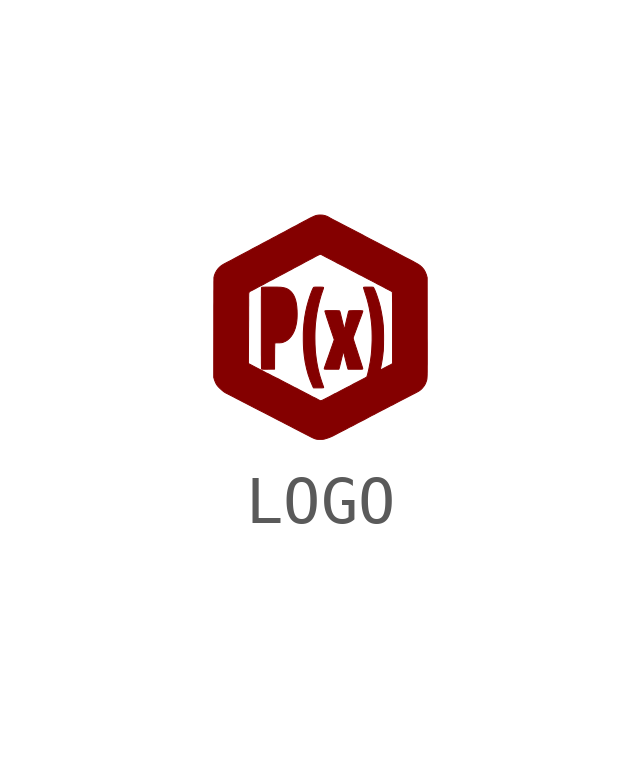
<source format=kicad_sym>
(kicad_symbol_lib
  (version 20220914)
  (generator "bitmap2component")
  (generator_version "8.0")
  (symbol "LOGO"
    (pin_names
      (offset 1.016))
    (property "Reference" "#G"
      (at 0 1.865 0)
      (effects (font (size 1.27 1.27)) hide))
    (symbol "LOGO_0_0"
      (polyline (pts (xy 0.000100 -2.31) (xy 0.02 -2.309) (xy 0.037 -2.307) (xy 0.053 -2.304) (xy 0.072 -2.298) (xy 0.083 -2.295) (xy 0.137 -2.278) (xy 0.186 -2.259) (xy 0.233 -2.238) (xy 0.28 -2.213) (xy 0.298 -2.204) (xy 0.322 -2.191) (xy 0.35 -2.176) (xy 0.383 -2.159) (xy 0.422 -2.139) (xy 0.468 -2.116) (xy 0.475 -2.112) (xy 0.499 -2.1) (xy 0.523 -2.087) (xy 0.543 -2.076) (xy 0.557 -2.068) (xy 0.57 -2.061) (xy 0.591 -2.05) (xy 0.61 -2.042) (xy 0.614 -2.04) (xy 0.632 -2.031) (xy 0.653 -2.021) (xy 0.674 -2.009) (xy 0.679 -2.006) (xy 0.703 -1.993) (xy 0.729 -1.979) (xy 0.752 -1.966) (xy 0.8 -1.942) (xy 0.848 -1.918) (xy 0.89 -1.897) (xy 0.926 -1.877) (xy 0.958 -1.86) (xy 0.986 -1.844) (xy 0.992 -1.841) (xy 1.014 -1.829) (xy 1.036 -1.817) (xy 1.053 -1.808) (xy 1.065 -1.803) (xy 1.075 -1.798) (xy 1.093 -1.79) (xy 1.111 -1.78) (xy 1.123 -1.773) (xy 1.139 -1.764) (xy 1.161 -1.753) (xy 1.188 -1.738) (xy 1.222 -1.721) (xy 1.262 -1.7) (xy 1.31 -1.676) (xy 1.316 -1.673) (xy 1.342 -1.659) (xy 1.367 -1.646) (xy 1.389 -1.635) (xy 1.405 -1.625) (xy 1.407 -1.625) (xy 1.425 -1.615) (xy 1.444 -1.605) (xy 1.458 -1.599) (xy 1.463 -1.597) (xy 1.481 -1.589) (xy 1.496 -1.581) (xy 1.497 -1.58) (xy 1.509 -1.573) (xy 1.528 -1.563) (xy 1.554 -1.549) (xy 1.586 -1.532) (xy 1.622 -1.513) (xy 1.663 -1.492) (xy 1.706 -1.47) (xy 1.71 -1.468) (xy 1.739 -1.453) (xy 1.77 -1.437) (xy 1.801 -1.421) (xy 1.827 -1.407) (xy 1.834 -1.404) (xy 1.86 -1.39) (xy 1.891 -1.374) (xy 1.923 -1.358) (xy 1.952 -1.343) (xy 1.984 -1.326) (xy 2.015 -1.309) (xy 2.041 -1.292) (xy 2.062 -1.276) (xy 2.081 -1.259) (xy 2.099 -1.24) (xy 2.107 -1.23) (xy 2.14 -1.188) (xy 2.164 -1.145) (xy 2.18 -1.101) (xy 2.182 -1.097) (xy 2.184 -1.089) (xy 2.186 -1.083) (xy 2.188 -1.076) (xy 2.19 -1.069) (xy 2.191 -1.062) (xy 2.193 -1.053) (xy 2.194 -1.043) (xy 2.195 -1.032) (xy 2.196 -1.018) (xy 2.197 -1.002) (xy 2.198 -0.983) (xy 2.199 -0.96) (xy 2.199 -0.934) (xy 2.2 -0.904) (xy 2.2 -0.87) (xy 2.2 -0.831) (xy 2.2 -0.786) (xy 2.201 -0.737) (xy 2.201 -0.681) (xy 2.201 -0.619) (xy 2.201 -0.551) (xy 2.201 -0.475) (xy 2.201 -0.392) (xy 2.201 -0.301) (xy 2.2 -0.203) (xy 2.2 -0.095) (xy 2.2 0.021) (xy 2.199 1.062) (xy 2.187 1.106) (xy 2.181 1.127) (xy 2.158 1.183) (xy 2.129 1.234) (xy 2.091 1.279) (xy 2.047 1.318) (xy 1.996 1.351) (xy 1.992 1.353) (xy 1.974 1.363) (xy 1.953 1.374) (xy 1.933 1.386) (xy 1.927 1.389) (xy 1.907 1.401) (xy 1.882 1.414) (xy 1.855 1.428) (xy 1.829 1.442) (xy 1.795 1.459) (xy 1.747 1.483) (xy 1.707 1.504) (xy 1.675 1.521) (xy 1.651 1.534) (xy 1.634 1.543) (xy 1.631 1.544) (xy 1.617 1.552) (xy 1.597 1.563) (xy 1.571 1.577) (xy 1.54 1.593) (xy 1.506 1.611) (xy 1.471 1.63) (xy 1.434 1.649) (xy 1.398 1.667) (xy 1.364 1.685) (xy 1.354 1.69) (xy 1.324 1.705) (xy 1.294 1.721) (xy 1.266 1.736) (xy 1.243 1.748) (xy 1.239 1.75) (xy 1.214 1.763) (xy 1.185 1.778) (xy 1.155 1.794) (xy 1.127 1.808) (xy 1.092 1.826) (xy 1.042 1.852) (xy 1 1.873) (xy 0.965 1.892) (xy 0.936 1.907) (xy 0.913 1.919) (xy 0.895 1.929) (xy 0.882 1.936) (xy 0.873 1.941) (xy 0.868 1.945) (xy 0.862 1.948) (xy 0.848 1.956) (xy 0.826 1.967) (xy 0.797 1.983) (xy 0.761 2.001) (xy 0.718 2.023) (xy 0.669 2.049) (xy 0.626 2.071) (xy 0.578 2.096) (xy 0.536 2.117) (xy 0.5 2.136) (xy 0.467 2.153) (xy 0.438 2.168) (xy 0.41 2.183) (xy 0.407 2.184) (xy 0.379 2.199) (xy 0.347 2.216) (xy 0.314 2.233) (xy 0.285 2.248) (xy 0.277 2.251) (xy 0.251 2.265) (xy 0.224 2.279) (xy 0.201 2.292) (xy 0.183 2.302) (xy 0.176 2.305) (xy 0.158 2.316) (xy 0.141 2.326) (xy 0.13 2.332) (xy 0.112 2.341) (xy 0.07 2.356) (xy 0.024 2.366) (xy -0.025 2.369) (xy -0.073 2.367) (xy -0.118 2.359) (xy -0.132 2.354) (xy -0.158 2.344) (xy -0.188 2.33) (xy -0.223 2.314) (xy -0.262 2.294) (xy -0.302 2.272) (xy -0.324 2.26) (xy -0.354 2.245) (xy -0.385 2.229) (xy -0.412 2.214) (xy -0.418 2.211) (xy -0.439 2.2) (xy -0.456 2.191) (xy -0.469 2.184) (xy -0.474 2.181) (xy -0.478 2.179) (xy -0.49 2.171) (xy -0.509 2.161) (xy -0.532 2.148) (xy -0.56 2.134) (xy -0.59 2.119) (xy -0.612 2.108) (xy -0.64 2.093) (xy -0.667 2.078) (xy -0.69 2.066) (xy -0.702 2.059) (xy -0.731 2.043) (xy -0.764 2.024) (xy -0.801 2.005) (xy -0.838 1.986) (xy -0.873 1.968) (xy -0.881 1.964) (xy -0.898 1.955) (xy -0.913 1.946) (xy -0.915 1.945) (xy -0.927 1.938) (xy -0.945 1.928) (xy -0.967 1.917) (xy -0.99 1.905) (xy -0.995 1.903) (xy -1.018 1.891) (xy -1.04 1.879) (xy -1.058 1.869) (xy -1.069 1.863) (xy -1.077 1.858) (xy -1.093 1.849) (xy -1.115 1.838) (xy -1.139 1.826) (xy -1.164 1.812) (xy -1.182 1.803) (xy -1.209 1.789) (xy -1.236 1.775) (xy -1.259 1.762) (xy -1.276 1.753) (xy -1.277 1.752) (xy -1.296 1.741) (xy -1.321 1.728) (xy -1.347 1.714) (xy -1.373 1.702) (xy -1.381 1.697) (xy -1.407 1.684) (xy -1.428 1.673) (xy -1.447 1.663) (xy -1.467 1.652) (xy -1.491 1.638) (xy -1.492 1.637) (xy -1.504 1.631) (xy -1.521 1.621) (xy -1.542 1.61) (xy -1.565 1.598) (xy -1.567 1.597) (xy -1.591 1.585) (xy -1.616 1.571) (xy -1.638 1.56) (xy -1.655 1.551) (xy -1.66 1.548) (xy -1.678 1.539) (xy -1.702 1.526) (xy -1.727 1.513) (xy -1.752 1.499) (xy -1.764 1.493) (xy -1.787 1.481) (xy -1.808 1.469) (xy -1.825 1.46) (xy -1.836 1.454) (xy -1.841 1.451) (xy -1.856 1.443) (xy -1.876 1.432) (xy -1.899 1.42) (xy -1.924 1.407) (xy -1.964 1.387) (xy -2 1.368) (xy -2.03 1.352) (xy -2.055 1.338) (xy -2.075 1.325) (xy -2.092 1.314) (xy -2.106 1.303) (xy -2.119 1.292) (xy -2.132 1.28) (xy -2.145 1.267) (xy -2.164 1.246) (xy -2.194 1.204) (xy -2.219 1.158) (xy -2.237 1.111) (xy -2.248 1.064) (xy -2.248 1.063) (xy -2.248 1.054) (xy -2.248 1.036) (xy -2.248 1.01) (xy -2.249 0.976) (xy -2.249 0.935) (xy -2.249 0.886) (xy -2.249 0.831) (xy -2.25 0.77) (xy -2.25 0.704) (xy -2.25 0.631) (xy -2.25 0.554) (xy -2.251 0.473) (xy -2.251 0.387) (xy -2.251 0.298) (xy -2.251 0.206) (xy -2.251 0.111) (xy -2.251 0.014) (xy -2.252 -0.73) (xy -1.529 -0.73) (xy -1.526 -0.185) (xy -1.526 -0.18) (xy -1.526 -0.105) (xy -1.526 -0.029) (xy -1.525 0.046) (xy -1.525 0.12) (xy -1.524 0.191) (xy -1.524 0.26) (xy -1.524 0.324) (xy -1.524 0.384) (xy -1.524 0.438) (xy -1.523 0.485) (xy -1.523 0.525) (xy -1.523 0.556) (xy -1.523 0.603) (xy -1.524 0.644) (xy -1.523 0.677) (xy -1.523 0.704) (xy -1.522 0.725) (xy -1.52 0.742) (xy -1.516 0.754) (xy -1.511 0.763) (xy -1.505 0.77) (xy -1.496 0.776) (xy -1.486 0.782) (xy -1.473 0.788) (xy -1.457 0.795) (xy -1.444 0.802) (xy -1.418 0.816) (xy -1.393 0.829) (xy -1.373 0.84) (xy -1.365 0.844) (xy -1.345 0.856) (xy -1.32 0.869) (xy -1.293 0.883) (xy -1.266 0.896) (xy -1.249 0.905) (xy -1.228 0.916) (xy -1.21 0.925) (xy -1.198 0.932) (xy -1.192 0.935) (xy -1.187 0.938) (xy -1.176 0.945) (xy -1.162 0.953) (xy -1.149 0.96) (xy -1.128 0.971) (xy -1.109 0.982) (xy -1.095 0.99) (xy -1.074 1) (xy -1.056 1.009) (xy -1.045 1.014) (xy -1.03 1.021) (xy -1.02 1.026) (xy -1.014 1.029) (xy -1 1.038) (xy -0.979 1.05) (xy -0.955 1.063) (xy -0.928 1.077) (xy -0.902 1.091) (xy -0.877 1.104) (xy -0.843 1.122) (xy -0.809 1.14) (xy -0.78 1.155) (xy -0.756 1.168) (xy -0.734 1.18) (xy -0.714 1.191) (xy -0.709 1.194) (xy -0.688 1.205) (xy -0.667 1.216) (xy -0.65 1.224) (xy -0.639 1.23) (xy -0.623 1.238) (xy -0.612 1.245) (xy -0.611 1.246) (xy -0.602 1.251) (xy -0.587 1.26) (xy -0.566 1.271) (xy -0.542 1.283) (xy -0.516 1.297) (xy -0.49 1.31) (xy -0.46 1.326) (xy -0.431 1.341) (xy -0.406 1.355) (xy -0.387 1.366) (xy -0.386 1.366) (xy -0.367 1.377) (xy -0.342 1.391) (xy -0.313 1.406) (xy -0.282 1.422) (xy -0.252 1.438) (xy -0.244 1.442) (xy -0.218 1.455) (xy -0.195 1.467) (xy -0.176 1.477) (xy -0.163 1.485) (xy -0.157 1.488) (xy -0.156 1.489) (xy -0.148 1.494) (xy -0.133 1.502) (xy -0.114 1.512) (xy -0.093 1.523) (xy -0.067 1.535) (xy -0.046 1.544) (xy -0.032 1.549) (xy -0.023 1.549) (xy -0.023 1.549) (xy -0.013 1.546) (xy 0.002 1.539) (xy 0.019 1.53) (xy 0.02 1.529) (xy 0.033 1.522) (xy 0.053 1.512) (xy 0.078 1.498) (xy 0.107 1.483) (xy 0.139 1.467) (xy 0.171 1.45) (xy 0.181 1.446) (xy 0.211 1.43) (xy 0.239 1.415) (xy 0.263 1.403) (xy 0.282 1.393) (xy 0.295 1.385) (xy 0.301 1.382) (xy 0.302 1.381) (xy 0.31 1.376) (xy 0.325 1.368) (xy 0.344 1.359) (xy 0.366 1.348) (xy 0.369 1.346) (xy 0.438 1.312) (xy 0.513 1.273) (xy 0.59 1.231) (xy 0.614 1.218) (xy 0.641 1.204) (xy 0.668 1.19) (xy 0.69 1.179) (xy 0.701 1.173) (xy 0.723 1.161) (xy 0.744 1.15) (xy 0.759 1.141) (xy 0.771 1.135) (xy 0.791 1.124) (xy 0.808 1.117) (xy 0.823 1.11) (xy 0.842 1.101) (xy 0.861 1.09) (xy 0.862 1.09) (xy 0.874 1.083) (xy 0.893 1.073) (xy 0.918 1.06) (xy 0.946 1.045) (xy 0.977 1.029) (xy 1.009 1.013) (xy 1.014 1.01) (xy 1.045 0.995) (xy 1.073 0.98) (xy 1.098 0.967) (xy 1.118 0.956) (xy 1.132 0.949) (xy 1.139 0.944) (xy 1.141 0.943) (xy 1.151 0.937) (xy 1.168 0.928) (xy 1.188 0.918) (xy 1.211 0.907) (xy 1.228 0.898) (xy 1.258 0.883) (xy 1.284 0.869) (xy 1.306 0.857) (xy 1.322 0.848) (xy 1.331 0.842) (xy 1.333 0.841) (xy 1.342 0.837) (xy 1.357 0.829) (xy 1.376 0.819) (xy 1.398 0.808) (xy 1.408 0.803) (xy 1.43 0.792) (xy 1.448 0.782) (xy 1.462 0.774) (xy 1.469 0.77) (xy 1.47 0.769) (xy 1.471 0.767) (xy 1.472 0.764) (xy 1.472 0.759) (xy 1.473 0.752) (xy 1.474 0.743) (xy 1.474 0.731) (xy 1.475 0.715) (xy 1.475 0.696) (xy 1.476 0.672) (xy 1.476 0.644) (xy 1.476 0.611) (xy 1.476 0.572) (xy 1.477 0.528) (xy 1.477 0.477) (xy 1.477 0.42) (xy 1.477 0.355) (xy 1.477 0.283) (xy 1.477 0.203) (xy 1.477 0.114) (xy 1.477 0.017) (xy 1.477 -0.729) (xy 1.457 -0.742) (xy 1.445 -0.749) (xy 1.426 -0.759) (xy 1.407 -0.768) (xy 1.391 -0.776) (xy 1.371 -0.786) (xy 1.354 -0.795) (xy 1.343 -0.801) (xy 1.324 -0.811) (xy 1.302 -0.822) (xy 1.28 -0.834) (xy 1.279 -0.835) (xy 1.259 -0.845) (xy 1.243 -0.853) (xy 1.231 -0.859) (xy 1.226 -0.861) (xy 1.224 -0.86) (xy 1.223 -0.854) (xy 1.224 -0.842) (xy 1.228 -0.823) (xy 1.234 -0.796) (xy 1.24 -0.765) (xy 1.248 -0.725) (xy 1.255 -0.683) (xy 1.262 -0.639) (xy 1.268 -0.598) (xy 1.273 -0.563) (xy 1.274 -0.554) (xy 1.277 -0.525) (xy 1.28 -0.495) (xy 1.284 -0.468) (xy 1.285 -0.457) (xy 1.286 -0.433) (xy 1.287 -0.403) (xy 1.288 -0.366) (xy 1.289 -0.325) (xy 1.289 -0.28) (xy 1.29 -0.234) (xy 1.29 -0.186) (xy 1.29 -0.139) (xy 1.289 -0.093) (xy 1.288 -0.05) (xy 1.288 -0.011) (xy 1.286 0.022) (xy 1.285 0.048) (xy 1.284 0.067) (xy 1.282 0.079) (xy 1.279 0.108) (xy 1.276 0.137) (xy 1.273 0.162) (xy 1.272 0.171) (xy 1.264 0.227) (xy 1.254 0.287) (xy 1.243 0.349) (xy 1.23 0.41) (xy 1.218 0.466) (xy 1.217 0.469) (xy 1.206 0.511) (xy 1.194 0.556) (xy 1.18 0.6) (xy 1.166 0.644) (xy 1.152 0.686) (xy 1.138 0.726) (xy 1.124 0.763) (xy 1.111 0.795) (xy 1.099 0.822) (xy 1.088 0.843) (xy 1.079 0.857) (xy 1.073 0.863) (xy 1.072 0.863) (xy 1.063 0.864) (xy 1.047 0.865) (xy 1.024 0.865) (xy 0.998 0.866) (xy 0.969 0.866) (xy 0.948 0.866) (xy 0.921 0.866) (xy 0.901 0.865) (xy 0.887 0.864) (xy 0.879 0.863) (xy 0.874 0.861) (xy 0.872 0.859) (xy 0.872 0.857) (xy 0.874 0.847) (xy 0.878 0.83) (xy 0.885 0.808) (xy 0.893 0.782) (xy 0.902 0.753) (xy 0.905 0.744) (xy 0.915 0.713) (xy 0.924 0.685) (xy 0.932 0.66) (xy 0.939 0.64) (xy 0.942 0.627) (xy 0.952 0.592) (xy 0.968 0.529) (xy 0.982 0.471) (xy 0.994 0.415) (xy 1.004 0.359) (xy 1.014 0.301) (xy 1.023 0.238) (xy 1.032 0.169) (xy 1.037 0.125) (xy 1.045 0.039) (xy 1.049 -0.054) (xy 1.051 -0.15) (xy 1.051 -0.248) (xy 1.047 -0.347) (xy 1.042 -0.443) (xy 1.034 -0.536) (xy 1.023 -0.623) (xy 1.022 -0.626) (xy 1.017 -0.661) (xy 1.011 -0.699) (xy 1.003 -0.739) (xy 0.995 -0.779) (xy 0.987 -0.82) (xy 0.979 -0.86) (xy 0.97 -0.897) (xy 0.962 -0.931) (xy 0.955 -0.96) (xy 0.948 -0.983) (xy 0.943 -1) (xy 0.939 -1.008) (xy 0.938 -1.009) (xy 0.931 -1.014) (xy 0.916 -1.022) (xy 0.894 -1.035) (xy 0.863 -1.051) (xy 0.825 -1.071) (xy 0.779 -1.095) (xy 0.725 -1.123) (xy 0.705 -1.133) (xy 0.68 -1.145) (xy 0.659 -1.157) (xy 0.642 -1.166) (xy 0.632 -1.172) (xy 0.628 -1.175) (xy 0.613 -1.183) (xy 0.594 -1.194) (xy 0.574 -1.204) (xy 0.568 -1.207) (xy 0.547 -1.217) (xy 0.527 -1.227) (xy 0.512 -1.235) (xy 0.511 -1.235) (xy 0.488 -1.247) (xy 0.46 -1.262) (xy 0.431 -1.277) (xy 0.402 -1.292) (xy 0.375 -1.307) (xy 0.351 -1.32) (xy 0.332 -1.33) (xy 0.319 -1.337) (xy 0.306 -1.344) (xy 0.294 -1.35) (xy 0.287 -1.352) (xy 0.286 -1.352) (xy 0.279 -1.355) (xy 0.266 -1.361) (xy 0.251 -1.37) (xy 0.241 -1.376) (xy 0.221 -1.386) (xy 0.196 -1.4) (xy 0.168 -1.415) (xy 0.137 -1.431) (xy 0.105 -1.447) (xy 0.074 -1.463) (xy 0.046 -1.477) (xy 0.022 -1.489) (xy 0.021 -1.49) (xy 0.004 -1.497) (xy -0.012 -1.502) (xy -0.022 -1.504) (xy -0.028 -1.503) (xy -0.042 -1.498) (xy -0.059 -1.489) (xy -0.079 -1.479) (xy -0.092 -1.471) (xy -0.112 -1.46) (xy -0.131 -1.45) (xy -0.143 -1.444) (xy -0.161 -1.436) (xy -0.181 -1.427) (xy -0.196 -1.42) (xy -0.206 -1.414) (xy -0.214 -1.41) (xy -0.222 -1.405) (xy -0.223 -1.405) (xy -0.232 -1.4) (xy -0.248 -1.391) (xy -0.27 -1.379) (xy -0.296 -1.366) (xy -0.325 -1.351) (xy -0.356 -1.335) (xy -0.358 -1.334) (xy -0.39 -1.317) (xy -0.421 -1.301) (xy -0.449 -1.287) (xy -0.472 -1.274) (xy -0.49 -1.264) (xy -0.502 -1.258) (xy -0.516 -1.25) (xy -0.533 -1.241) (xy -0.546 -1.236) (xy -0.548 -1.235) (xy -0.562 -1.229) (xy -0.58 -1.22) (xy -0.598 -1.21) (xy -0.609 -1.204) (xy -0.629 -1.194) (xy -0.654 -1.18) (xy -0.683 -1.165) (xy -0.714 -1.149) (xy -0.746 -1.133) (xy -0.775 -1.118) (xy -0.805 -1.102) (xy -0.832 -1.088) (xy -0.856 -1.075) (xy -0.874 -1.065) (xy -0.885 -1.059) (xy -0.899 -1.051) (xy -0.915 -1.043) (xy -0.927 -1.037) (xy -0.928 -1.037) (xy -0.945 -1.03) (xy -0.967 -1.019) (xy -0.993 -1.006) (xy -1.02 -0.993) (xy -1.047 -0.979) (xy -1.069 -0.966) (xy -1.077 -0.962) (xy -1.098 -0.951) (xy -1.117 -0.941) (xy -1.132 -0.935) (xy -1.145 -0.929) (xy -1.165 -0.92) (xy -1.183 -0.909) (xy -1.187 -0.907) (xy -1.203 -0.898) (xy -1.224 -0.887) (xy -1.248 -0.874) (xy -1.273 -0.861) (xy -1.278 -0.859) (xy -1.331 -0.832) (xy -1.377 -0.808) (xy -1.415 -0.788) (xy -1.445 -0.772) (xy -1.468 -0.76) (xy -1.468 -0.76) (xy -1.485 -0.75) (xy -1.502 -0.742) (xy -1.514 -0.736) (xy -1.529 -0.73) (xy -2.252 -0.73) (xy -2.252 -1.016) (xy -2.24 -1.058) (xy -2.229 -1.089) (xy -2.215 -1.124) (xy -2.199 -1.155) (xy -2.18 -1.184) (xy -2.156 -1.213) (xy -2.126 -1.243) (xy -2.09 -1.276) (xy -2.069 -1.294) (xy -2.046 -1.313) (xy -2.024 -1.328) (xy -2.001 -1.342) (xy -1.974 -1.355) (xy -1.969 -1.358) (xy -1.945 -1.37) (xy -1.914 -1.386) (xy -1.875 -1.406) (xy -1.828 -1.43) (xy -1.774 -1.459) (xy -1.711 -1.491) (xy -1.703 -1.495) (xy -1.639 -1.529) (xy -1.581 -1.558) (xy -1.53 -1.585) (xy -1.483 -1.609) (xy -1.441 -1.631) (xy -1.401 -1.652) (xy -1.363 -1.671) (xy -1.327 -1.69) (xy -1.289 -1.709) (xy -1.283 -1.712) (xy -1.198 -1.755) (xy -1.119 -1.796) (xy -1.047 -1.833) (xy -0.984 -1.866) (xy -0.983 -1.867) (xy -0.956 -1.881) (xy -0.925 -1.897) (xy -0.894 -1.913) (xy -0.866 -1.927) (xy -0.824 -1.948) (xy -0.77 -1.977) (xy -0.713 -2.006) (xy -0.658 -2.034) (xy -0.609 -2.06) (xy -0.602 -2.064) (xy -0.575 -2.078) (xy -0.544 -2.094) (xy -0.513 -2.11) (xy -0.484 -2.125) (xy -0.477 -2.128) (xy -0.446 -2.145) (xy -0.411 -2.163) (xy -0.377 -2.18) (xy -0.347 -2.196) (xy -0.327 -2.206) (xy -0.286 -2.227) (xy -0.253 -2.244) (xy -0.225 -2.259) (xy -0.202 -2.27) (xy -0.184 -2.279) (xy -0.169 -2.285) (xy -0.156 -2.291) (xy -0.145 -2.295) (xy -0.134 -2.299) (xy -0.131 -2.3) (xy -0.116 -2.304) (xy -0.101 -2.307) (xy -0.084 -2.309) (xy -0.063 -2.31) (xy -0.035 -2.31) (xy -0.026 -2.31) (xy 0.000100 -2.31)) (stroke (width 0.01) (type default)) (fill (type outline)))
      (polyline (pts (xy -0.026 -1.236) (xy -0.000300 -1.236) (xy 0.018 -1.235) (xy 0.03 -1.234) (xy 0.037 -1.232) (xy 0.04 -1.23) (xy 0.04 -1.227) (xy 0.038 -1.217) (xy 0.033 -1.201) (xy 0.026 -1.183) (xy 0.025 -1.18) (xy 0.017 -1.156) (xy 0.006 -1.127) (xy -0.004 -1.095) (xy -0.015 -1.062) (xy -0.025 -1.03) (xy -0.034 -1.003) (xy -0.04 -0.982) (xy -0.048 -0.954) (xy -0.064 -0.888) (xy -0.079 -0.826) (xy -0.091 -0.766) (xy -0.102 -0.705) (xy -0.112 -0.642) (xy -0.121 -0.573) (xy -0.13 -0.498) (xy -0.131 -0.483) (xy -0.133 -0.46) (xy -0.134 -0.431) (xy -0.136 -0.397) (xy -0.138 -0.362) (xy -0.14 -0.325) (xy -0.14 -0.316) (xy -0.141 -0.263) (xy -0.142 -0.207) (xy -0.142 -0.148) (xy -0.141 -0.09) (xy -0.139 -0.033) (xy -0.136 0.021) (xy -0.133 0.068) (xy -0.13 0.109) (xy -0.129 0.116) (xy -0.122 0.172) (xy -0.117 0.22) (xy -0.111 0.262) (xy -0.105 0.301) (xy -0.099 0.338) (xy -0.092 0.374) (xy -0.085 0.412) (xy -0.068 0.491) (xy -0.041 0.597) (xy -0.012 0.699) (xy 0.021 0.796) (xy 0.024 0.806) (xy 0.032 0.827) (xy 0.036 0.841) (xy 0.038 0.85) (xy 0.038 0.856) (xy 0.036 0.859) (xy 0.032 0.861) (xy 0.025 0.863) (xy 0.01 0.864) (xy -0.012 0.865) (xy -0.038 0.866) (xy -0.069 0.866) (xy -0.092 0.866) (xy -0.118 0.866) (xy -0.137 0.865) (xy -0.151 0.864) (xy -0.16 0.863) (xy -0.166 0.861) (xy -0.17 0.858) (xy -0.172 0.856) (xy -0.178 0.845) (xy -0.187 0.829) (xy -0.196 0.808) (xy -0.206 0.785) (xy -0.238 0.701) (xy -0.275 0.587) (xy -0.308 0.469) (xy -0.335 0.349) (xy -0.356 0.229) (xy -0.37 0.111) (xy -0.373 0.084) (xy -0.376 0.041) (xy -0.379 0.003) (xy -0.381 -0.033) (xy -0.383 -0.068) (xy -0.384 -0.106) (xy -0.384 -0.149) (xy -0.384 -0.199) (xy -0.384 -0.206) (xy -0.384 -0.258) (xy -0.383 -0.303) (xy -0.382 -0.344) (xy -0.38 -0.383) (xy -0.378 -0.423) (xy -0.374 -0.465) (xy -0.37 -0.512) (xy -0.364 -0.569) (xy -0.344 -0.704) (xy -0.316 -0.834) (xy -0.282 -0.959) (xy -0.24 -1.079) (xy -0.192 -1.193) (xy -0.172 -1.236) (xy -0.067 -1.236) (xy -0.059 -1.236) (xy -0.026 -1.236)) (stroke (width 0.01) (type default)) (fill (type outline)))
      (polyline (pts (xy -1.116 -0.846) (xy -0.984 -0.845) (xy -0.983 -0.577) (xy -0.983 -0.554) (xy -0.982 -0.494) (xy -0.982 -0.443) (xy -0.981 -0.4) (xy -0.98 -0.365) (xy -0.98 -0.339) (xy -0.979 -0.319) (xy -0.978 -0.307) (xy -0.976 -0.303) (xy -0.975 -0.301) (xy -0.968 -0.299) (xy -0.955 -0.297) (xy -0.936 -0.297) (xy -0.908 -0.296) (xy -0.904 -0.296) (xy -0.874 -0.296) (xy -0.851 -0.294) (xy -0.831 -0.292) (xy -0.814 -0.287) (xy -0.806 -0.285) (xy -0.757 -0.265) (xy -0.712 -0.237) (xy -0.671 -0.2) (xy -0.634 -0.157) (xy -0.601 -0.106) (xy -0.573 -0.049) (xy -0.55 0.014) (xy -0.533 0.083) (xy -0.532 0.089) (xy -0.524 0.13) (xy -0.519 0.17) (xy -0.515 0.211) (xy -0.513 0.255) (xy -0.512 0.305) (xy -0.514 0.38) (xy -0.52 0.457) (xy -0.529 0.526) (xy -0.543 0.588) (xy -0.561 0.643) (xy -0.583 0.692) (xy -0.61 0.734) (xy -0.641 0.771) (xy -0.647 0.777) (xy -0.68 0.805) (xy -0.713 0.826) (xy -0.75 0.842) (xy -0.792 0.853) (xy -0.84 0.861) (xy -0.849 0.862) (xy -0.869 0.863) (xy -0.895 0.864) (xy -0.925 0.865) (xy -0.96 0.865) (xy -0.997 0.866) (xy -1.035 0.866) (xy -1.074 0.866) (xy -1.112 0.866) (xy -1.147 0.865) (xy -1.179 0.865) (xy -1.207 0.864) (xy -1.229 0.863) (xy -1.244 0.862) (xy -1.25 0.861) (xy -1.252 0.86) (xy -1.252 0.859) (xy -1.253 0.857) (xy -1.254 0.853) (xy -1.255 0.848) (xy -1.256 0.841) (xy -1.256 0.831) (xy -1.257 0.818) (xy -1.257 0.802) (xy -1.258 0.783) (xy -1.258 0.759) (xy -1.258 0.731) (xy -1.258 0.698) (xy -1.259 0.659) (xy -1.259 0.615) (xy -1.259 0.565) (xy -1.259 0.508) (xy -1.259 0.445) (xy -1.259 0.374) (xy -1.259 0.295) (xy -1.259 0.209) (xy -1.259 0.114) (xy -1.259 0.01) (xy -1.259 -0.036) (xy -1.259 -0.141) (xy -1.259 -0.237) (xy -1.259 -0.325) (xy -1.259 -0.405) (xy -1.259 -0.476) (xy -1.259 -0.54) (xy -1.258 -0.598) (xy -1.258 -0.648) (xy -1.258 -0.691) (xy -1.258 -0.728) (xy -1.257 -0.76) (xy -1.257 -0.786) (xy -1.256 -0.806) (xy -1.256 -0.822) (xy -1.255 -0.833) (xy -1.254 -0.839) (xy -1.254 -0.842) (xy -1.252 -0.843) (xy -1.246 -0.844) (xy -1.234 -0.845) (xy -1.216 -0.846) (xy -1.19 -0.847) (xy -1.157 -0.847) (xy -1.116 -0.846)) (stroke (width 0.01) (type default)) (fill (type outline)))
      (polyline (pts (xy 0.361 -0.837) (xy 0.363 -0.832) (xy 0.366 -0.819) (xy 0.372 -0.799) (xy 0.378 -0.774) (xy 0.385 -0.745) (xy 0.393 -0.713) (xy 0.401 -0.679) (xy 0.411 -0.638) (xy 0.419 -0.605) (xy 0.426 -0.578) (xy 0.431 -0.556) (xy 0.435 -0.539) (xy 0.438 -0.526) (xy 0.44 -0.515) (xy 0.441 -0.507) (xy 0.442 -0.499) (xy 0.443 -0.497) (xy 0.446 -0.482) (xy 0.45 -0.475) (xy 0.454 -0.478) (xy 0.458 -0.489) (xy 0.464 -0.516) (xy 0.472 -0.548) (xy 0.48 -0.584) (xy 0.49 -0.621) (xy 0.499 -0.658) (xy 0.508 -0.695) (xy 0.517 -0.73) (xy 0.525 -0.761) (xy 0.532 -0.788) (xy 0.538 -0.81) (xy 0.542 -0.825) (xy 0.544 -0.832) (xy 0.55 -0.847) (xy 0.701 -0.847) (xy 0.725 -0.847) (xy 0.762 -0.847) (xy 0.792 -0.847) (xy 0.814 -0.847) (xy 0.831 -0.846) (xy 0.842 -0.845) (xy 0.849 -0.844) (xy 0.853 -0.842) (xy 0.855 -0.84) (xy 0.855 -0.833) (xy 0.853 -0.82) (xy 0.848 -0.804) (xy 0.845 -0.794) (xy 0.839 -0.776) (xy 0.831 -0.751) (xy 0.822 -0.722) (xy 0.812 -0.691) (xy 0.801 -0.657) (xy 0.794 -0.635) (xy 0.779 -0.588) (xy 0.764 -0.541) (xy 0.749 -0.496) (xy 0.736 -0.455) (xy 0.724 -0.417) (xy 0.713 -0.386) (xy 0.705 -0.36) (xy 0.699 -0.343) (xy 0.695 -0.33) (xy 0.682 -0.291) (xy 0.672 -0.26) (xy 0.665 -0.235) (xy 0.66 -0.217) (xy 0.657 -0.203) (xy 0.656 -0.193) (xy 0.657 -0.187) (xy 0.658 -0.186) (xy 0.661 -0.176) (xy 0.667 -0.159) (xy 0.674 -0.139) (xy 0.683 -0.116) (xy 0.687 -0.105) (xy 0.705 -0.056) (xy 0.722 -0.011) (xy 0.736 0.028) (xy 0.748 0.06) (xy 0.749 0.064) (xy 0.755 0.078) (xy 0.762 0.1) (xy 0.772 0.127) (xy 0.784 0.158) (xy 0.796 0.192) (xy 0.81 0.227) (xy 0.814 0.239) (xy 0.829 0.279) (xy 0.84 0.311) (xy 0.848 0.336) (xy 0.854 0.353) (xy 0.856 0.364) (xy 0.856 0.369) (xy 0.855 0.369) (xy 0.849 0.371) (xy 0.835 0.372) (xy 0.814 0.374) (xy 0.789 0.375) (xy 0.76 0.375) (xy 0.729 0.375) (xy 0.697 0.375) (xy 0.665 0.375) (xy 0.636 0.374) (xy 0.611 0.374) (xy 0.59 0.372) (xy 0.575 0.371) (xy 0.568 0.369) (xy 0.564 0.362) (xy 0.558 0.349) (xy 0.554 0.332) (xy 0.547 0.305) (xy 0.541 0.278) (xy 0.536 0.256) (xy 0.531 0.236) (xy 0.526 0.216) (xy 0.521 0.194) (xy 0.519 0.186) (xy 0.511 0.151) (xy 0.504 0.122) (xy 0.499 0.098) (xy 0.494 0.077) (xy 0.49 0.057) (xy 0.486 0.035) (xy 0.483 0.022) (xy 0.48 0.005) (xy 0.478 -0.007) (xy 0.477 -0.012) (xy 0.477 -0.012) (xy 0.472 -0.014) (xy 0.472 -0.014) (xy 0.468 -0.008) (xy 0.465 0.003) (xy 0.465 0.006) (xy 0.462 0.018) (xy 0.458 0.038) (xy 0.452 0.063) (xy 0.444 0.093) (xy 0.436 0.126) (xy 0.428 0.162) (xy 0.424 0.175) (xy 0.416 0.211) (xy 0.407 0.245) (xy 0.4 0.276) (xy 0.394 0.302) (xy 0.389 0.321) (xy 0.386 0.333) (xy 0.382 0.348) (xy 0.376 0.362) (xy 0.371 0.369) (xy 0.368 0.371) (xy 0.359 0.372) (xy 0.344 0.373) (xy 0.324 0.374) (xy 0.296 0.375) (xy 0.261 0.375) (xy 0.217 0.375) (xy 0.182 0.375) (xy 0.148 0.375) (xy 0.121 0.375) (xy 0.101 0.374) (xy 0.087 0.373) (xy 0.077 0.372) (xy 0.071 0.371) (xy 0.068 0.369) (xy 0.066 0.367) (xy 0.066 0.367) (xy 0.067 0.361) (xy 0.071 0.346) (xy 0.078 0.324) (xy 0.087 0.295) (xy 0.098 0.26) (xy 0.111 0.218) (xy 0.127 0.172) (xy 0.144 0.12) (xy 0.162 0.064) (xy 0.262 -0.231) (xy 0.247 -0.274) (xy 0.243 -0.287) (xy 0.234 -0.31) (xy 0.225 -0.339) (xy 0.214 -0.369) (xy 0.204 -0.398) (xy 0.197 -0.416) (xy 0.186 -0.449) (xy 0.174 -0.482) (xy 0.164 -0.512) (xy 0.155 -0.537) (xy 0.15 -0.553) (xy 0.14 -0.581) (xy 0.128 -0.614) (xy 0.116 -0.647) (xy 0.105 -0.678) (xy 0.097 -0.702) (xy 0.086 -0.732) (xy 0.077 -0.759) (xy 0.069 -0.781) (xy 0.063 -0.798) (xy 0.061 -0.803) (xy 0.056 -0.82) (xy 0.053 -0.833) (xy 0.053 -0.84) (xy 0.053 -0.841) (xy 0.056 -0.843) (xy 0.061 -0.844) (xy 0.07 -0.845) (xy 0.085 -0.846) (xy 0.104 -0.847) (xy 0.13 -0.847) (xy 0.164 -0.847) (xy 0.206 -0.847) (xy 0.357 -0.847) (xy 0.361 -0.837)) (stroke (width 0.01) (type default)) (fill (type outline))))))
</source>
